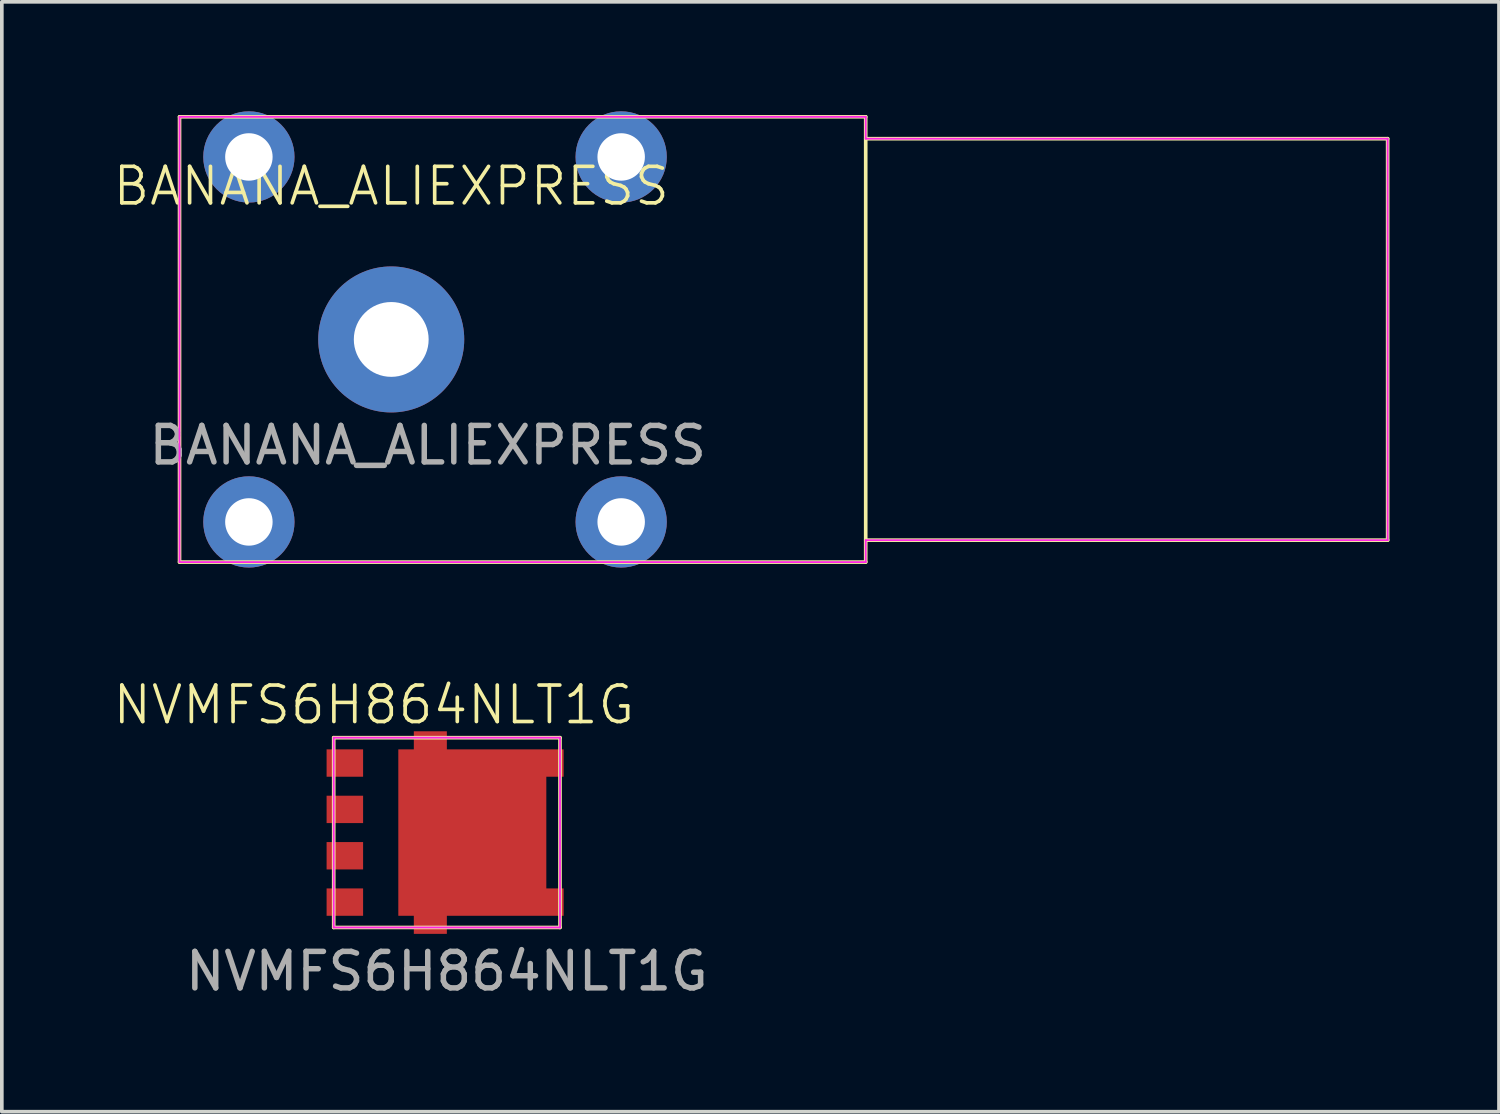
<source format=kicad_pcb>
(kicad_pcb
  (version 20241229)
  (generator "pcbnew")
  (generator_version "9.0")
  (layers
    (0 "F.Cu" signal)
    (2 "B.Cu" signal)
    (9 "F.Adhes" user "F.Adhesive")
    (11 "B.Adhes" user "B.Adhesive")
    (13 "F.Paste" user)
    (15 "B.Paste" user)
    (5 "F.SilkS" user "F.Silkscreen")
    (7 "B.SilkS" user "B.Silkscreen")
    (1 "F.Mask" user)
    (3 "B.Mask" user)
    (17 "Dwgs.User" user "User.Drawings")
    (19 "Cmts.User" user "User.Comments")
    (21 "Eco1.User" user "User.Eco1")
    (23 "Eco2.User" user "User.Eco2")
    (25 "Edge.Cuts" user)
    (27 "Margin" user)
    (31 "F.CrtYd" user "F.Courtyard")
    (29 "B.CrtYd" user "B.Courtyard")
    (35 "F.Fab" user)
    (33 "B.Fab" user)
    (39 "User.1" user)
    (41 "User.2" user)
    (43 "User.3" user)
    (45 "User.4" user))
  (footprint "NVMFS6H864NLT1G"
    (layer "F.Cu")
    (at 9.193 19.761)
    (property "Reference" "NVMFS6H864NLT1G" (at -2 -3.5 0) (unlocked yes) (layer "F.SilkS") (effects (font (size 1 1) (thickness 0.1))))
    (attr smd)
    (fp_line (start -3.1 -2.6) (end 3.1 -2.6) (stroke (width 0.1) (type default)) (layer "F.SilkS"))
    (fp_line (start -3.1 2.6) (end -3.1 -2.6) (stroke (width 0.1) (type default)) (layer "F.SilkS"))
    (fp_line (start 3.1 -2.6) (end 3.1 2.6) (stroke (width 0.1) (type default)) (layer "F.SilkS"))
    (fp_line (start 3.1 2.6) (end -3.1 2.6) (stroke (width 0.1) (type default)) (layer "F.SilkS"))
    (fp_line (start -3.1 -2.6) (end 3.1 -2.6) (stroke (width 0.05) (type default)) (layer "F.CrtYd"))
    (fp_line (start -3.1 2.6) (end -3.1 -2.6) (stroke (width 0.05) (type default)) (layer "F.CrtYd"))
    (fp_line (start 3.1 -2.6) (end 3.1 2.6) (stroke (width 0.05) (type default)) (layer "F.CrtYd"))
    (fp_line (start 3.1 2.6) (end -3.1 2.6) (stroke (width 0.05) (type default)) (layer "F.CrtYd"))
    (fp_text user "${REFERENCE}" (at 0 3.8 0) (unlocked yes) (layer "F.Fab") (effects (font (size 1 1) (thickness 0.15))))
    (pad "1" smd rect (at -2.795 -1.905) (size 1 0.75) (layers "F.Cu" "F.Mask" "F.Paste"))
    (pad "2" smd rect (at -2.795 -0.635) (size 1 0.75) (layers "F.Cu" "F.Mask" "F.Paste"))
    (pad "3" smd rect (at -2.795 0.635) (size 1 0.75) (layers "F.Cu" "F.Mask" "F.Paste"))
    (pad "4" smd rect (at -2.795 1.905) (size 1 0.75) (layers "F.Cu" "F.Mask" "F.Paste"))
    (pad "5" smd custom (at 0 0 270) (size 1 0.75) (layers "F.Cu" "F.Mask" "F.Paste") (options (anchor rect)) (primitives (gr_poly (pts (xy -2.28 0) (xy -2.28 -3.2) (xy -1.53 -3.2) (xy -1.53 -2.725) (xy 1.53 -2.725) (xy 1.53 -3.2) (xy 2.28 -3.2) (xy 2.28 0) (xy 2.775 0) (xy 2.775 0.905) (xy 2.28 0.905) (xy 2.28 1.33) (xy -2.28 1.33) (xy -2.28 0.905) (xy -2.775 0.905) (xy -2.775 0)) (width 0) (fill yes)))))
  (footprint "BANANA_ALIEXPRESS"
    (layer "F.Cu")
    (at 7.669 6.25)
    (property "Reference" "BANANA_ALIEXPRESS" (at 0 -4.2 0) (unlocked yes) (layer "F.SilkS") (effects (font (size 1 1) (thickness 0.1))))
    (attr through_hole)
    (fp_line (start -5.8 -6.1) (end -5.8 6.1) (stroke (width 0.1) (type default)) (layer "F.SilkS"))
    (fp_line (start -5.8 6.1) (end 13 6.1) (stroke (width 0.1) (type default)) (layer "F.SilkS"))
    (fp_line (start 13 -6.1) (end -5.8 -6.1) (stroke (width 0.1) (type default)) (layer "F.SilkS"))
    (fp_line (start 13 -5.5) (end 27.3 -5.5) (stroke (width 0.1) (type default)) (layer "F.SilkS"))
    (fp_line (start 13 6.1) (end 13 -6.1) (stroke (width 0.1) (type default)) (layer "F.SilkS"))
    (fp_line (start 27.3 -5.5) (end 27.3 5.5) (stroke (width 0.1) (type default)) (layer "F.SilkS"))
    (fp_line (start 27.3 5.5) (end 13 5.5) (stroke (width 0.1) (type default)) (layer "F.SilkS"))
    (fp_line (start -5.8 -6.1) (end 13 -6.1) (stroke (width 0.05) (type default)) (layer "F.CrtYd"))
    (fp_line (start -5.8 6.1) (end -5.8 -6.1) (stroke (width 0.05) (type default)) (layer "F.CrtYd"))
    (fp_line (start 13 -6.1) (end 13 -5.5) (stroke (width 0.05) (type default)) (layer "F.CrtYd"))
    (fp_line (start 13 -5.5) (end 27.3 -5.5) (stroke (width 0.05) (type default)) (layer "F.CrtYd"))
    (fp_line (start 13 5.5) (end 13 6.1) (stroke (width 0.05) (type default)) (layer "F.CrtYd"))
    (fp_line (start 13 6.1) (end -5.8 6.1) (stroke (width 0.05) (type default)) (layer "F.CrtYd"))
    (fp_line (start 27.3 -5.5) (end 27.3 5.5) (stroke (width 0.05) (type default)) (layer "F.CrtYd"))
    (fp_line (start 27.3 5.5) (end 13 5.5) (stroke (width 0.05) (type default)) (layer "F.CrtYd"))
    (fp_text user "${REFERENCE}" (at 1 2.9 0) (unlocked yes) (layer "F.Fab") (effects (font (size 1 1) (thickness 0.15))))
    (pad "1" thru_hole circle (at -3.9 -5) (size 2.5 2.5) (drill 1.3) (layers "*.Cu" "*.Mask"))
    (pad "1" thru_hole circle (at -3.9 5) (size 2.5 2.5) (drill 1.3) (layers "*.Cu" "*.Mask"))
    (pad "1" thru_hole circle (at 0 0) (size 4 4) (drill 2.05) (layers "*.Cu" "*.Mask"))
    (pad "1" thru_hole circle (at 6.3 -5) (size 2.5 2.5) (drill 1.3) (layers "*.Cu" "*.Mask"))
    (pad "1" thru_hole circle (at 6.3 5) (size 2.5 2.5) (drill 1.3) (layers "*.Cu" "*.Mask")))
  (gr_rect
    (start -3 -3)
    (end 38.019 27.409)
    (stroke (width 0.1) (type default))
    (fill no)
    (layer "Edge.Cuts")))
</source>
